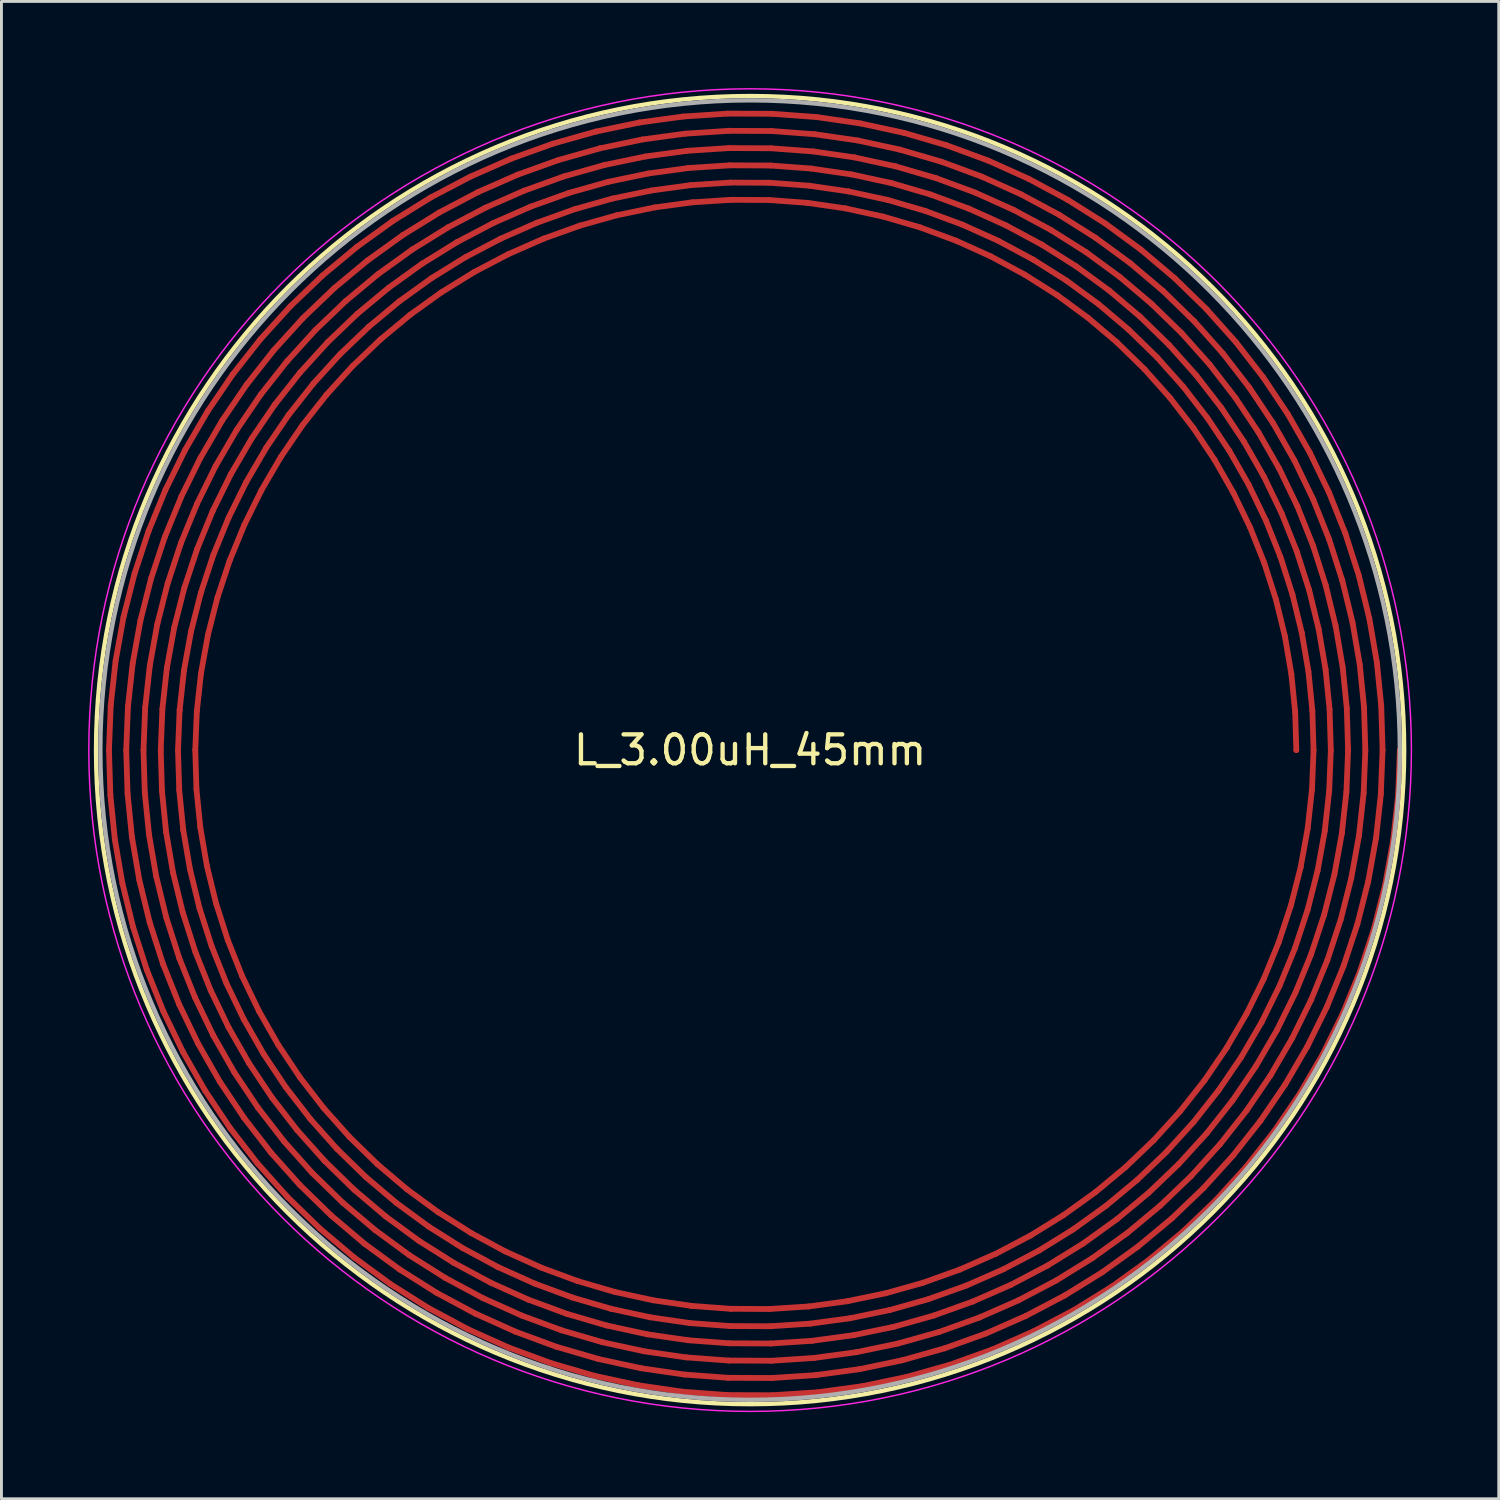
<source format=kicad_pcb>
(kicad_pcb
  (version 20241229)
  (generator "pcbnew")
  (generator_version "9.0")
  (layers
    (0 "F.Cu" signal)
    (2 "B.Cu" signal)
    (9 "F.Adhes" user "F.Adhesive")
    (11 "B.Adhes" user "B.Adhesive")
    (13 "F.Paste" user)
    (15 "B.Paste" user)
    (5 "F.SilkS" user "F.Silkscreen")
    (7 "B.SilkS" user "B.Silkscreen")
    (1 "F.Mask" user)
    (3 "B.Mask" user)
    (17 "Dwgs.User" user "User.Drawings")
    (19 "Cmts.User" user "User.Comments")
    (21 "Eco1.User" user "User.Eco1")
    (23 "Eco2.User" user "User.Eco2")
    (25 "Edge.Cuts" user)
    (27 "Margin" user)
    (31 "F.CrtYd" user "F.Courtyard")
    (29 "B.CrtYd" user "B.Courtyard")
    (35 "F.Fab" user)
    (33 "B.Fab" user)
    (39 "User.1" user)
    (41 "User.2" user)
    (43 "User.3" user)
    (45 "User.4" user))
  (footprint "L_3.00uH_45mm"
    (layer "F.Cu")
    (at 22.925 22.925)
    (property "Reference" "L_3.00uH_45mm" (at 0 0 0) (layer "F.SilkS") (effects (font (size 1 1) (thickness 0.15))))
    (attr through_hole)
    (fp_circle (center 0 0) (end 0 22.65) (stroke (width 0.15) (type solid)) (fill no) (layer "F.SilkS"))
    (fp_circle (center 0 0) (end 0 22.9) (stroke (width 0.05) (type solid)) (fill no) (layer "F.CrtYd"))
    (fp_circle (center 0 0) (end 0 22.5) (stroke (width 0.15) (type solid)) (fill no) (layer "F.Fab"))
    (pad "" smd oval (at -22.177 0.775 271.755) (size 1.75 0.2) (layers "F.Cu"))
    (pad "" smd oval (at -22.171 -0.774 87.755) (size 1.749 0.2) (layers "F.Cu"))
    (pad "" smd oval (at -22.076 2.32 275.755) (size 1.75 0.2) (layers "F.Cu"))
    (pad "" smd oval (at -22.056 -2.318 83.755) (size 1.749 0.2) (layers "F.Cu"))
    (pad "" smd oval (at -21.867 3.856 279.755) (size 1.751 0.2) (layers "F.Cu"))
    (pad "" smd oval (at -21.834 -3.85 79.754) (size 1.748 0.2) (layers "F.Cu"))
    (pad "" smd oval (at -21.581 0.754 271.748) (size 1.708 0.2) (layers "F.Cu"))
    (pad "" smd oval (at -21.574 -0.753 87.748) (size 1.708 0.2) (layers "F.Cu"))
    (pad "" smd oval (at -21.551 5.373 283.755) (size 1.751 0.2) (layers "F.Cu"))
    (pad "" smd oval (at -21.506 -5.362 75.754) (size 1.748 0.2) (layers "F.Cu"))
    (pad "" smd oval (at -21.482 2.258 275.748) (size 1.709 0.2) (layers "F.Cu"))
    (pad "" smd oval (at -21.462 -2.256 83.748) (size 1.707 0.2) (layers "F.Cu"))
    (pad "" smd oval (at -21.279 3.752 279.748) (size 1.709 0.2) (layers "F.Cu"))
    (pad "" smd oval (at -21.246 -3.746 79.748) (size 1.707 0.2) (layers "F.Cu"))
    (pad "" smd oval (at -21.13 6.866 287.755) (size 1.752 0.2) (layers "F.Cu"))
    (pad "" smd oval (at -21.073 -6.847 71.754) (size 1.748 0.2) (layers "F.Cu"))
    (pad "" smd oval (at -20.984 0.733 271.741) (size 1.666 0.2) (layers "F.Cu"))
    (pad "" smd oval (at -20.977 -0.732 87.741) (size 1.666 0.2) (layers "F.Cu"))
    (pad "" smd oval (at -20.972 5.229 283.748) (size 1.71 0.2) (layers "F.Cu"))
    (pad "" smd oval (at -20.927 -5.217 75.748) (size 1.706 0.2) (layers "F.Cu"))
    (pad "" smd oval (at -20.888 2.196 275.741) (size 1.667 0.2) (layers "F.Cu"))
    (pad "" smd oval (at -20.868 -2.193 83.741) (size 1.666 0.2) (layers "F.Cu"))
    (pad "" smd oval (at -20.691 3.648 279.741) (size 1.667 0.2) (layers "F.Cu"))
    (pad "" smd oval (at -20.658 -3.642 79.74) (size 1.665 0.2) (layers "F.Cu"))
    (pad "" smd oval (at -20.606 8.325 291.755) (size 1.752 0.2) (layers "F.Cu"))
    (pad "" smd oval (at -20.562 6.681 287.748) (size 1.71 0.2) (layers "F.Cu"))
    (pad "" smd oval (at -20.538 -8.298 67.754) (size 1.747 0.2) (layers "F.Cu"))
    (pad "" smd oval (at -20.505 -6.662 71.747) (size 1.706 0.2) (layers "F.Cu"))
    (pad "" smd oval (at -20.392 5.084 283.741) (size 1.668 0.2) (layers "F.Cu"))
    (pad "" smd oval (at -20.387 0.712 271.733) (size 1.625 0.2) (layers "F.Cu"))
    (pad "" smd oval (at -20.38 -0.712 87.733) (size 1.624 0.2) (layers "F.Cu"))
    (pad "" smd oval (at -20.347 -5.073 75.74) (size 1.665 0.2) (layers "F.Cu"))
    (pad "" smd oval (at -20.294 2.133 275.733) (size 1.625 0.2) (layers "F.Cu"))
    (pad "" smd oval (at -20.274 -2.131 83.733) (size 1.624 0.2) (layers "F.Cu"))
    (pad "" smd oval (at -20.102 3.545 279.733) (size 1.626 0.2) (layers "F.Cu"))
    (pad "" smd oval (at -20.07 -3.539 79.733) (size 1.623 0.2) (layers "F.Cu"))
    (pad "" smd oval (at -20.052 8.102 291.748) (size 1.71 0.2) (layers "F.Cu"))
    (pad "" smd oval (at -19.994 6.497 287.741) (size 1.668 0.2) (layers "F.Cu"))
    (pad "" smd oval (at -19.984 -8.074 67.747) (size 1.705 0.2) (layers "F.Cu"))
    (pad "" smd oval (at -19.981 9.745 295.755) (size 1.753 0.2) (layers "F.Cu"))
    (pad "" smd oval (at -19.937 -6.478 71.74) (size 1.664 0.2) (layers "F.Cu"))
    (pad "" smd oval (at -19.903 -9.707 63.754) (size 1.747 0.2) (layers "F.Cu"))
    (pad "" smd oval (at -19.813 4.94 283.733) (size 1.626 0.2) (layers "F.Cu"))
    (pad "" smd oval (at -19.79 0.691 271.725) (size 1.583 0.2) (layers "F.Cu"))
    (pad "" smd oval (at -19.783 -0.691 87.725) (size 1.583 0.2) (layers "F.Cu"))
    (pad "" smd oval (at -19.768 -4.928 75.733) (size 1.623 0.2) (layers "F.Cu"))
    (pad "" smd oval (at -19.7 2.071 275.725) (size 1.583 0.2) (layers "F.Cu"))
    (pad "" smd oval (at -19.68 -2.068 83.725) (size 1.582 0.2) (layers "F.Cu"))
    (pad "" smd oval (at -19.514 3.441 279.725) (size 1.584 0.2) (layers "F.Cu"))
    (pad "" smd oval (at -19.498 7.878 291.741) (size 1.669 0.2) (layers "F.Cu"))
    (pad "" smd oval (at -19.482 -3.435 79.725) (size 1.582 0.2) (layers "F.Cu"))
    (pad "" smd oval (at -19.444 9.484 295.748) (size 1.711 0.2) (layers "F.Cu"))
    (pad "" smd oval (at -19.431 -7.85 67.74) (size 1.664 0.2) (layers "F.Cu"))
    (pad "" smd oval (at -19.426 6.312 287.733) (size 1.627 0.2) (layers "F.Cu"))
    (pad "" smd oval (at -19.369 -6.293 71.733) (size 1.622 0.2) (layers "F.Cu"))
    (pad "" smd oval (at -19.367 -9.446 63.747) (size 1.705 0.2) (layers "F.Cu"))
    (pad "" smd oval (at -19.258 11.119 299.755) (size 1.753 0.2) (layers "F.Cu"))
    (pad "" smd oval (at -19.233 4.795 283.725) (size 1.584 0.2) (layers "F.Cu"))
    (pad "" smd oval (at -19.193 0.67 271.717) (size 1.541 0.2) (layers "F.Cu"))
    (pad "" smd oval (at -19.188 -4.784 75.725) (size 1.581 0.2) (layers "F.Cu"))
    (pad "" smd oval (at -19.186 -0.67 87.716) (size 1.541 0.2) (layers "F.Cu"))
    (pad "" smd oval (at -19.172 -11.069 59.754) (size 1.746 0.2) (layers "F.Cu"))
    (pad "" smd oval (at -19.106 2.008 275.717) (size 1.542 0.2) (layers "F.Cu"))
    (pad "" smd oval (at -19.086 -2.006 83.716) (size 1.54 0.2) (layers "F.Cu"))
    (pad "" smd oval (at -18.945 7.654 291.734) (size 1.627 0.2) (layers "F.Cu"))
    (pad "" smd oval (at -18.926 3.337 279.717) (size 1.542 0.2) (layers "F.Cu"))
    (pad "" smd oval (at -18.907 9.222 295.741) (size 1.669 0.2) (layers "F.Cu"))
    (pad "" smd oval (at -18.893 -3.331 79.716) (size 1.54 0.2) (layers "F.Cu"))
    (pad "" smd oval (at -18.877 -7.627 67.733) (size 1.622 0.2) (layers "F.Cu"))
    (pad "" smd oval (at -18.858 6.127 287.725) (size 1.585 0.2) (layers "F.Cu"))
    (pad "" smd oval (at -18.83 -9.184 63.74) (size 1.663 0.2) (layers "F.Cu"))
    (pad "" smd oval (at -18.801 -6.109 71.725) (size 1.581 0.2) (layers "F.Cu"))
    (pad "" smd oval (at -18.741 10.82 299.748) (size 1.711 0.2) (layers "F.Cu"))
    (pad "" smd oval (at -18.655 -10.77 59.747) (size 1.704 0.2) (layers "F.Cu"))
    (pad "" smd oval (at -18.654 4.651 283.717) (size 1.543 0.2) (layers "F.Cu"))
    (pad "" smd oval (at -18.609 -4.64 75.716) (size 1.539 0.2) (layers "F.Cu"))
    (pad "" smd oval (at -18.441 12.439 303.755) (size 1.754 0.2) (layers "F.Cu"))
    (pad "" smd oval (at -18.391 7.43 291.726) (size 1.585 0.2) (layers "F.Cu"))
    (pad "" smd oval (at -18.37 8.96 295.734) (size 1.628 0.2) (layers "F.Cu"))
    (pad "" smd oval (at -18.348 -12.376 55.754) (size 1.746 0.2) (layers "F.Cu"))
    (pad "" smd oval (at -18.323 -7.403 67.725) (size 1.58 0.2) (layers "F.Cu"))
    (pad "" smd oval (at -18.293 -8.922 63.733) (size 1.621 0.2) (layers "F.Cu"))
    (pad "" smd oval (at -18.29 5.943 287.717) (size 1.543 0.2) (layers "F.Cu"))
    (pad "" smd oval (at -18.233 -5.924 71.716) (size 1.539 0.2) (layers "F.Cu"))
    (pad "" smd oval (at -18.224 10.522 299.741) (size 1.67 0.2) (layers "F.Cu"))
    (pad "" smd oval (at -18.138 -10.472 59.74) (size 1.663 0.2) (layers "F.Cu"))
    (pad "" smd oval (at -17.946 12.105 303.749) (size 1.712 0.2) (layers "F.Cu"))
    (pad "" smd oval (at -17.853 -12.042 55.747) (size 1.704 0.2) (layers "F.Cu"))
    (pad "" smd oval (at -17.837 7.207 291.717) (size 1.544 0.2) (layers "F.Cu"))
    (pad "" smd oval (at -17.834 8.698 295.726) (size 1.586 0.2) (layers "F.Cu"))
    (pad "" smd oval (at -17.769 -7.179 67.716) (size 1.539 0.2) (layers "F.Cu"))
    (pad "" smd oval (at -17.756 -8.66 63.724) (size 1.58 0.2) (layers "F.Cu"))
    (pad "" smd oval (at -17.706 10.223 299.734) (size 1.628 0.2) (layers "F.Cu"))
    (pad "" smd oval (at -17.62 -10.173 59.732) (size 1.621 0.2) (layers "F.Cu"))
    (pad "" smd oval (at -17.534 13.699 307.755) (size 1.754 0.2) (layers "F.Cu"))
    (pad "" smd oval (at -17.451 11.771 303.741) (size 1.67 0.2) (layers "F.Cu"))
    (pad "" smd oval (at -17.435 -13.621 51.754) (size 1.745 0.2) (layers "F.Cu"))
    (pad "" smd oval (at -17.357 -11.708 55.74) (size 1.662 0.2) (layers "F.Cu"))
    (pad "" smd oval (at -17.297 8.436 295.717) (size 1.544 0.2) (layers "F.Cu"))
    (pad "" smd oval (at -17.219 -8.398 63.716) (size 1.538 0.2) (layers "F.Cu"))
    (pad "" smd oval (at -17.189 9.924 299.726) (size 1.586 0.2) (layers "F.Cu"))
    (pad "" smd oval (at -17.103 -9.874 59.724) (size 1.579 0.2) (layers "F.Cu"))
    (pad "" smd oval (at -17.063 13.331 307.749) (size 1.712 0.2) (layers "F.Cu"))
    (pad "" smd oval (at -16.964 -13.253 51.747) (size 1.704 0.2) (layers "F.Cu"))
    (pad "" smd oval (at -16.956 11.437 303.734) (size 1.628 0.2) (layers "F.Cu"))
    (pad "" smd oval (at -16.862 -11.374 55.732) (size 1.621 0.2) (layers "F.Cu"))
    (pad "" smd oval (at -16.672 9.626 299.717) (size 1.545 0.2) (layers "F.Cu"))
    (pad "" smd oval (at -16.592 12.964 307.741) (size 1.671 0.2) (layers "F.Cu"))
    (pad "" smd oval (at -16.586 -9.576 59.716) (size 1.538 0.2) (layers "F.Cu"))
    (pad "" smd oval (at -16.54 14.893 311.755) (size 1.755 0.2) (layers "F.Cu"))
    (pad "" smd oval (at -16.493 -12.886 51.74) (size 1.662 0.2) (layers "F.Cu"))
    (pad "" smd oval (at -16.461 11.103 303.726) (size 1.587 0.2) (layers "F.Cu"))
    (pad "" smd oval (at -16.437 -14.8 47.754) (size 1.745 0.2) (layers "F.Cu"))
    (pad "" smd oval (at -16.367 -11.04 55.724) (size 1.579 0.2) (layers "F.Cu"))
    (pad "" smd oval (at -16.122 12.596 307.734) (size 1.629 0.2) (layers "F.Cu"))
    (pad "" smd oval (at -16.097 14.494 311.749) (size 1.713 0.2) (layers "F.Cu"))
    (pad "" smd oval (at -16.023 -12.518 51.732) (size 1.62 0.2) (layers "F.Cu"))
    (pad "" smd oval (at -15.993 -14.4 47.747) (size 1.703 0.2) (layers "F.Cu"))
    (pad "" smd oval (at -15.965 10.769 303.717) (size 1.545 0.2) (layers "F.Cu"))
    (pad "" smd oval (at -15.872 -10.706 55.716) (size 1.537 0.2) (layers "F.Cu"))
    (pad "" smd oval (at -15.653 14.094 311.742) (size 1.671 0.2) (layers "F.Cu"))
    (pad "" smd oval (at -15.651 12.228 307.726) (size 1.587 0.2) (layers "F.Cu"))
    (pad "" smd oval (at -15.552 -12.15 51.724) (size 1.578 0.2) (layers "F.Cu"))
    (pad "" smd oval (at -15.549 -14 47.74) (size 1.661 0.2) (layers "F.Cu"))
    (pad "" smd oval (at -15.466 16.015 315.755) (size 1.755 0.2) (layers "F.Cu"))
    (pad "" smd oval (at -15.36 -15.905 43.754) (size 1.744 0.2) (layers "F.Cu"))
    (pad "" smd oval (at -15.209 13.694 311.734) (size 1.629 0.2) (layers "F.Cu"))
    (pad "" smd oval (at -15.181 11.86 307.717) (size 1.545 0.2) (layers "F.Cu"))
    (pad "" smd oval (at -15.105 -13.601 47.732) (size 1.62 0.2) (layers "F.Cu"))
    (pad "" smd oval (at -15.081 -11.783 51.716) (size 1.537 0.2) (layers "F.Cu"))
    (pad "" smd oval (at -15.051 15.586 315.749) (size 1.713 0.2) (layers "F.Cu"))
    (pad "" smd oval (at -14.945 -15.476 43.747) (size 1.703 0.2) (layers "F.Cu"))
    (pad "" smd oval (at -14.765 13.295 311.726) (size 1.588 0.2) (layers "F.Cu"))
    (pad "" smd oval (at -14.662 -13.201 47.724) (size 1.578 0.2) (layers "F.Cu"))
    (pad "" smd oval (at -14.636 15.156 315.742) (size 1.672 0.2) (layers "F.Cu"))
    (pad "" smd oval (at -14.53 -15.046 43.74) (size 1.661 0.2) (layers "F.Cu"))
    (pad "" smd oval (at -14.321 12.895 311.718) (size 1.546 0.2) (layers "F.Cu"))
    (pad "" smd oval (at -14.315 17.06 319.756) (size 1.755 0.2) (layers "F.Cu"))
    (pad "" smd oval (at -14.221 14.727 315.734) (size 1.63 0.2) (layers "F.Cu"))
    (pad "" smd oval (at -14.218 -12.802 47.715) (size 1.536 0.2) (layers "F.Cu"))
    (pad "" smd oval (at -14.209 -16.933 39.754) (size 1.744 0.2) (layers "F.Cu"))
    (pad "" smd oval (at -14.115 -14.617 43.732) (size 1.619 0.2) (layers "F.Cu"))
    (pad "" smd oval (at -13.931 16.603 319.749) (size 1.714 0.2) (layers "F.Cu"))
    (pad "" smd oval (at -13.825 -16.476 39.747) (size 1.702 0.2) (layers "F.Cu"))
    (pad "" smd oval (at -13.806 14.297 315.726) (size 1.588 0.2) (layers "F.Cu"))
    (pad "" smd oval (at -13.7 -14.187 43.724) (size 1.577 0.2) (layers "F.Cu"))
    (pad "" smd oval (at -13.547 16.145 319.742) (size 1.672 0.2) (layers "F.Cu"))
    (pad "" smd oval (at -13.441 -16.018 39.74) (size 1.66 0.2) (layers "F.Cu"))
    (pad "" smd oval (at -13.391 13.867 315.718) (size 1.546 0.2) (layers "F.Cu"))
    (pad "" smd oval (at -13.285 -13.757 43.715) (size 1.536 0.2) (layers "F.Cu"))
    (pad "" smd oval (at -13.163 15.688 319.734) (size 1.63 0.2) (layers "F.Cu"))
    (pad "" smd oval (at -13.094 18.023 323.756) (size 1.756 0.2) (layers "F.Cu"))
    (pad "" smd oval (at -13.057 -15.561 39.732) (size 1.619 0.2) (layers "F.Cu"))
    (pad "" smd oval (at -12.989 -17.878 35.754) (size 1.743 0.2) (layers "F.Cu"))
    (pad "" smd oval (at -12.78 15.23 319.726) (size 1.589 0.2) (layers "F.Cu"))
    (pad "" smd oval (at -12.743 17.54 323.749) (size 1.714 0.2) (layers "F.Cu"))
    (pad "" smd oval (at -12.673 -15.103 39.724) (size 1.577 0.2) (layers "F.Cu"))
    (pad "" smd oval (at -12.638 -17.394 35.747) (size 1.702 0.2) (layers "F.Cu"))
    (pad "" smd oval (at -12.396 14.773 319.718) (size 1.547 0.2) (layers "F.Cu"))
    (pad "" smd oval (at -12.392 17.056 323.742) (size 1.672 0.2) (layers "F.Cu"))
    (pad "" smd oval (at -12.289 -14.645 39.715) (size 1.535 0.2) (layers "F.Cu"))
    (pad "" smd oval (at -12.287 -16.911 35.74) (size 1.66 0.2) (layers "F.Cu"))
    (pad "" smd oval (at -12.041 16.573 323.734) (size 1.631 0.2) (layers "F.Cu"))
    (pad "" smd oval (at -11.936 -16.428 35.732) (size 1.618 0.2) (layers "F.Cu"))
    (pad "" smd oval (at -11.809 18.898 327.756) (size 1.756 0.2) (layers "F.Cu"))
    (pad "" smd oval (at -11.707 -18.735 31.754) (size 1.743 0.2) (layers "F.Cu"))
    (pad "" smd oval (at -11.69 16.09 323.726) (size 1.589 0.2) (layers "F.Cu"))
    (pad "" smd oval (at -11.585 -15.945 35.724) (size 1.577 0.2) (layers "F.Cu"))
    (pad "" smd oval (at -11.492 18.391 327.749) (size 1.715 0.2) (layers "F.Cu"))
    (pad "" smd oval (at -11.39 -18.228 31.747) (size 1.701 0.2) (layers "F.Cu"))
    (pad "" smd oval (at -11.339 15.607 323.718) (size 1.547 0.2) (layers "F.Cu"))
    (pad "" smd oval (at -11.234 -15.462 35.715) (size 1.535 0.2) (layers "F.Cu"))
    (pad "" smd oval (at -11.176 17.885 327.742) (size 1.673 0.2) (layers "F.Cu"))
    (pad "" smd oval (at -11.074 -17.722 31.739) (size 1.659 0.2) (layers "F.Cu"))
    (pad "" smd oval (at -10.859 17.378 327.734) (size 1.631 0.2) (layers "F.Cu"))
    (pad "" smd oval (at -10.757 -17.215 31.732) (size 1.618 0.2) (layers "F.Cu"))
    (pad "" smd oval (at -10.543 16.872 327.726) (size 1.59 0.2) (layers "F.Cu"))
    (pad "" smd oval (at -10.465 19.681 331.756) (size 1.757 0.2) (layers "F.Cu"))
    (pad "" smd oval (at -10.441 -16.709 31.724) (size 1.576 0.2) (layers "F.Cu"))
    (pad "" smd oval (at -10.368 -19.5 27.754) (size 1.742 0.2) (layers "F.Cu"))
    (pad "" smd oval (at -10.226 16.365 327.718) (size 1.548 0.2) (layers "F.Cu"))
    (pad "" smd oval (at -10.184 19.154 331.749) (size 1.715 0.2) (layers "F.Cu"))
    (pad "" smd oval (at -10.124 -16.202 31.715) (size 1.534 0.2) (layers "F.Cu"))
    (pad "" smd oval (at -10.088 -18.972 27.747) (size 1.701 0.2) (layers "F.Cu"))
    (pad "" smd oval (at -9.904 18.627 331.742) (size 1.673 0.2) (layers "F.Cu"))
    (pad "" smd oval (at -9.808 -18.445 27.739) (size 1.659 0.2) (layers "F.Cu"))
    (pad "" smd oval (at -9.623 18.099 331.734) (size 1.632 0.2) (layers "F.Cu"))
    (pad "" smd oval (at -9.527 -17.918 27.732) (size 1.617 0.2) (layers "F.Cu"))
    (pad "" smd oval (at -9.343 17.572 331.726) (size 1.59 0.2) (layers "F.Cu"))
    (pad "" smd oval (at -9.247 -17.39 27.724) (size 1.576 0.2) (layers "F.Cu"))
    (pad "" smd oval (at -9.069 20.37 335.756) (size 1.757 0.2) (layers "F.Cu"))
    (pad "" smd oval (at -9.063 17.045 331.718) (size 1.548 0.2) (layers "F.Cu"))
    (pad "" smd oval (at -8.98 -20.169 23.753) (size 1.742 0.2) (layers "F.Cu"))
    (pad "" smd oval (at -8.966 -16.863 27.715) (size 1.534 0.2) (layers "F.Cu"))
    (pad "" smd oval (at -8.826 19.824 335.749) (size 1.716 0.2) (layers "F.Cu"))
    (pad "" smd oval (at -8.737 -19.624 23.747) (size 1.7 0.2) (layers "F.Cu"))
    (pad "" smd oval (at -8.583 19.278 335.742) (size 1.674 0.2) (layers "F.Cu"))
    (pad "" smd oval (at -8.494 -19.078 23.739) (size 1.659 0.2) (layers "F.Cu"))
    (pad "" smd oval (at -8.34 18.733 335.735) (size 1.632 0.2) (layers "F.Cu"))
    (pad "" smd oval (at -8.251 -18.533 23.732) (size 1.617 0.2) (layers "F.Cu"))
    (pad "" smd oval (at -8.097 18.187 335.727) (size 1.59 0.2) (layers "F.Cu"))
    (pad "" smd oval (at -8.008 -17.987 23.724) (size 1.575 0.2) (layers "F.Cu"))
    (pad "" smd oval (at -7.854 17.641 335.718) (size 1.549 0.2) (layers "F.Cu"))
    (pad "" smd oval (at -7.765 -17.441 23.715) (size 1.533 0.2) (layers "F.Cu"))
    (pad "" smd oval (at -7.628 20.959 339.756) (size 1.758 0.2) (layers "F.Cu"))
    (pad "" smd oval (at -7.549 -20.74 19.753) (size 1.742 0.2) (layers "F.Cu"))
    (pad "" smd oval (at -7.424 20.398 339.749) (size 1.716 0.2) (layers "F.Cu"))
    (pad "" smd oval (at -7.345 -20.179 19.746) (size 1.7 0.2) (layers "F.Cu"))
    (pad "" smd oval (at -7.22 19.836 339.742) (size 1.674 0.2) (layers "F.Cu"))
    (pad "" smd oval (at -7.14 -19.618 19.739) (size 1.658 0.2) (layers "F.Cu"))
    (pad "" smd oval (at -7.015 19.275 339.735) (size 1.633 0.2) (layers "F.Cu"))
    (pad "" smd oval (at -6.936 -19.057 19.732) (size 1.616 0.2) (layers "F.Cu"))
    (pad "" smd oval (at -6.811 18.714 339.727) (size 1.591 0.2) (layers "F.Cu"))
    (pad "" smd oval (at -6.732 -18.495 19.723) (size 1.575 0.2) (layers "F.Cu"))
    (pad "" smd oval (at -6.607 18.153 339.718) (size 1.549 0.2) (layers "F.Cu"))
    (pad "" smd oval (at -6.528 -17.934 19.715) (size 1.533 0.2) (layers "F.Cu"))
    (pad "" smd oval (at -6.149 21.446 343.756) (size 1.758 0.2) (layers "F.Cu"))
    (pad "" smd oval (at -6.082 -21.21 15.753) (size 1.741 0.2) (layers "F.Cu"))
    (pad "" smd oval (at -5.985 20.872 343.749) (size 1.716 0.2) (layers "F.Cu"))
    (pad "" smd oval (at -5.917 -20.636 15.746) (size 1.699 0.2) (layers "F.Cu"))
    (pad "" smd oval (at -5.82 20.298 343.742) (size 1.675 0.2) (layers "F.Cu"))
    (pad "" smd oval (at -5.753 -20.062 15.739) (size 1.658 0.2) (layers "F.Cu"))
    (pad "" smd oval (at -5.656 19.724 343.735) (size 1.633 0.2) (layers "F.Cu"))
    (pad "" smd oval (at -5.588 -19.488 15.731) (size 1.616 0.2) (layers "F.Cu"))
    (pad "" smd oval (at -5.491 19.15 343.727) (size 1.591 0.2) (layers "F.Cu"))
    (pad "" smd oval (at -5.424 -18.914 15.723) (size 1.574 0.2) (layers "F.Cu"))
    (pad "" smd oval (at -5.326 18.576 343.718) (size 1.55 0.2) (layers "F.Cu"))
    (pad "" smd oval (at -5.259 -18.34 15.715) (size 1.532 0.2) (layers "F.Cu"))
    (pad "" smd oval (at -4.64 21.829 347.756) (size 1.759 0.2) (layers "F.Cu"))
    (pad "" smd oval (at -4.586 -21.576 11.753) (size 1.741 0.2) (layers "F.Cu"))
    (pad "" smd oval (at -4.516 21.245 347.749) (size 1.717 0.2) (layers "F.Cu"))
    (pad "" smd oval (at -4.462 -20.992 11.746) (size 1.699 0.2) (layers "F.Cu"))
    (pad "" smd oval (at -4.392 20.661 347.742) (size 1.675 0.2) (layers "F.Cu"))
    (pad "" smd oval (at -4.338 -20.408 11.739) (size 1.657 0.2) (layers "F.Cu"))
    (pad "" smd oval (at -4.267 20.077 347.735) (size 1.634 0.2) (layers "F.Cu"))
    (pad "" smd oval (at -4.214 -19.824 11.731) (size 1.615 0.2) (layers "F.Cu"))
    (pad "" smd oval (at -4.143 19.493 347.727) (size 1.592 0.2) (layers "F.Cu"))
    (pad "" smd oval (at -4.09 -19.239 11.723) (size 1.574 0.2) (layers "F.Cu"))
    (pad "" smd oval (at -4.019 18.908 347.718) (size 1.55 0.2) (layers "F.Cu"))
    (pad "" smd oval (at -3.965 -18.655 11.715) (size 1.532 0.2) (layers "F.Cu"))
    (pad "" smd oval (at -3.107 22.106 351.756) (size 1.759 0.2) (layers "F.Cu"))
    (pad "" smd oval (at -3.069 -21.837 7.753) (size 1.74 0.2) (layers "F.Cu"))
    (pad "" smd oval (at -3.024 21.515 351.749) (size 1.717 0.2) (layers "F.Cu"))
    (pad "" smd oval (at -2.986 -21.246 7.746) (size 1.698 0.2) (layers "F.Cu"))
    (pad "" smd oval (at -2.941 20.924 351.742) (size 1.676 0.2) (layers "F.Cu"))
    (pad "" smd oval (at -2.903 -20.654 7.739) (size 1.657 0.2) (layers "F.Cu"))
    (pad "" smd oval (at -2.857 20.332 351.735) (size 1.634 0.2) (layers "F.Cu"))
    (pad "" smd oval (at -2.82 -20.063 7.731) (size 1.615 0.2) (layers "F.Cu"))
    (pad "" smd oval (at -2.774 19.741 351.727) (size 1.592 0.2) (layers "F.Cu"))
    (pad "" smd oval (at -2.737 -19.471 7.723) (size 1.573 0.2) (layers "F.Cu"))
    (pad "" smd oval (at -2.691 19.149 351.718) (size 1.551 0.2) (layers "F.Cu"))
    (pad "" smd oval (at -2.653 -18.88 7.714) (size 1.532 0.2) (layers "F.Cu"))
    (pad "" smd oval (at -1.558 22.276 355.756) (size 1.76 0.2) (layers "F.Cu"))
    (pad "" smd oval (at -1.538 -21.991 3.753) (size 1.74 0.2) (layers "F.Cu"))
    (pad "" smd oval (at -1.516 21.68 355.75) (size 1.718 0.2) (layers "F.Cu"))
    (pad "" smd oval (at -1.496 -21.395 3.746) (size 1.698 0.2) (layers "F.Cu"))
    (pad "" smd oval (at -1.474 21.084 355.742) (size 1.676 0.2) (layers "F.Cu"))
    (pad "" smd oval (at -1.455 -20.8 3.739) (size 1.656 0.2) (layers "F.Cu"))
    (pad "" smd oval (at -1.433 20.489 355.735) (size 1.634 0.2) (layers "F.Cu"))
    (pad "" smd oval (at -1.413 -20.204 3.731) (size 1.615 0.2) (layers "F.Cu"))
    (pad "" smd oval (at -1.391 19.893 355.727) (size 1.593 0.2) (layers "F.Cu"))
    (pad "" smd oval (at -1.371 -19.608 3.723) (size 1.573 0.2) (layers "F.Cu"))
    (pad "" smd oval (at -1.349 19.297 355.719) (size 1.551 0.2) (layers "F.Cu"))
    (pad "" smd oval (at -1.33 -19.012 3.714) (size 1.531 0.2) (layers "F.Cu"))
    (pad "" smd oval (at -0.000116 -22.038 359.753) (size 1.739 0.2) (layers "F.Cu"))
    (pad "" smd oval (at -0.000116 -21.441 359.746) (size 1.697 0.2) (layers "F.Cu"))
    (pad "" smd oval (at -0.000116 -20.247 359.731) (size 1.614 0.2) (layers "F.Cu"))
    (pad "" smd oval (at -0.000116 -19.649 359.723) (size 1.572 0.2) (layers "F.Cu"))
    (pad "" smd oval (at -0.000116 -19.052 359.714) (size 1.531 0.2) (layers "F.Cu"))
    (pad "" smd oval (at -0.000115 -20.844 359.739) (size 1.656 0.2) (layers "F.Cu"))
    (pad "" smd oval (at 0.000115 19.948 359.727) (size 1.593 0.2) (layers "F.Cu"))
    (pad "" smd oval (at 0.000115 21.74 359.75) (size 1.718 0.2) (layers "F.Cu"))
    (pad "" smd oval (at 0.000116 19.351 359.719) (size 1.551 0.2) (layers "F.Cu"))
    (pad "" smd oval (at 0.000116 20.545 359.735) (size 1.635 0.2) (layers "F.Cu"))
    (pad "" smd oval (at 0.000116 21.142 359.743) (size 1.677 0.2) (layers "F.Cu"))
    (pad "" smd oval (at 0.000116 22.337 359.756) (size 1.76 0.2) (layers "F.Cu"))
    (pad "" smd oval (at 1.328 -18.999 355.714) (size 1.53 0.2) (layers "F.Cu"))
    (pad "" smd oval (at 1.35 19.31 3.719) (size 1.552 0.2) (layers "F.Cu"))
    (pad "" smd oval (at 1.37 -19.595 355.723) (size 1.572 0.2) (layers "F.Cu"))
    (pad "" smd oval (at 1.392 19.906 3.727) (size 1.594 0.2) (layers "F.Cu"))
    (pad "" smd oval (at 1.412 -20.191 355.731) (size 1.614 0.2) (layers "F.Cu"))
    (pad "" smd oval (at 1.434 20.502 3.735) (size 1.635 0.2) (layers "F.Cu"))
    (pad "" smd oval (at 1.453 -20.786 355.739) (size 1.655 0.2) (layers "F.Cu"))
    (pad "" smd oval (at 1.475 21.098 3.743) (size 1.677 0.2) (layers "F.Cu"))
    (pad "" smd oval (at 1.495 -21.382 355.746) (size 1.697 0.2) (layers "F.Cu"))
    (pad "" smd oval (at 1.517 21.693 3.75) (size 1.719 0.2) (layers "F.Cu"))
    (pad "" smd oval (at 1.537 -21.978 355.753) (size 1.739 0.2) (layers "F.Cu"))
    (pad "" smd oval (at 1.559 22.289 3.756) (size 1.761 0.2) (layers "F.Cu"))
    (pad "" smd oval (at 2.65 -18.854 351.714) (size 1.53 0.2) (layers "F.Cu"))
    (pad "" smd oval (at 2.695 19.176 7.719) (size 1.552 0.2) (layers "F.Cu"))
    (pad "" smd oval (at 2.733 -19.445 351.723) (size 1.571 0.2) (layers "F.Cu"))
    (pad "" smd oval (at 2.778 19.767 7.727) (size 1.594 0.2) (layers "F.Cu"))
    (pad "" smd oval (at 2.816 -20.036 351.731) (size 1.613 0.2) (layers "F.Cu"))
    (pad "" smd oval (at 2.861 20.358 7.735) (size 1.636 0.2) (layers "F.Cu"))
    (pad "" smd oval (at 2.899 -20.628 351.739) (size 1.655 0.2) (layers "F.Cu"))
    (pad "" smd oval (at 2.944 20.95 7.743) (size 1.678 0.2) (layers "F.Cu"))
    (pad "" smd oval (at 2.982 -21.219 351.746) (size 1.697 0.2) (layers "F.Cu"))
    (pad "" smd oval (at 3.028 21.541 7.75) (size 1.719 0.2) (layers "F.Cu"))
    (pad "" smd oval (at 3.065 -21.811 351.753) (size 1.738 0.2) (layers "F.Cu"))
    (pad "" smd oval (at 3.111 22.133 7.756) (size 1.761 0.2) (layers "F.Cu"))
    (pad "" smd oval (at 3.957 -18.616 347.714) (size 1.529 0.2) (layers "F.Cu"))
    (pad "" smd oval (at 4.027 18.947 11.719) (size 1.553 0.2) (layers "F.Cu"))
    (pad "" smd oval (at 4.081 -19.2 347.723) (size 1.571 0.2) (layers "F.Cu"))
    (pad "" smd oval (at 4.152 19.531 11.727) (size 1.595 0.2) (layers "F.Cu"))
    (pad "" smd oval (at 4.205 -19.785 347.731) (size 1.613 0.2) (layers "F.Cu"))
    (pad "" smd oval (at 4.276 20.116 11.735) (size 1.636 0.2) (layers "F.Cu"))
    (pad "" smd oval (at 4.329 -20.369 347.739) (size 1.654 0.2) (layers "F.Cu"))
    (pad "" smd oval (at 4.4 20.7 11.743) (size 1.678 0.2) (layers "F.Cu"))
    (pad "" smd oval (at 4.454 -20.953 347.746) (size 1.696 0.2) (layers "F.Cu"))
    (pad "" smd oval (at 4.524 21.284 11.75) (size 1.72 0.2) (layers "F.Cu"))
    (pad "" smd oval (at 4.578 -21.537 347.753) (size 1.738 0.2) (layers "F.Cu"))
    (pad "" smd oval (at 4.648 21.868 11.756) (size 1.761 0.2) (layers "F.Cu"))
    (pad "" smd oval (at 5.244 -18.289 343.714) (size 1.529 0.2) (layers "F.Cu"))
    (pad "" smd oval (at 5.341 18.627 15.719) (size 1.553 0.2) (layers "F.Cu"))
    (pad "" smd oval (at 5.409 -18.863 343.723) (size 1.571 0.2) (layers "F.Cu"))
    (pad "" smd oval (at 5.506 19.201 15.727) (size 1.595 0.2) (layers "F.Cu"))
    (pad "" smd oval (at 5.573 -19.437 343.731) (size 1.612 0.2) (layers "F.Cu"))
    (pad "" smd oval (at 5.67 19.775 15.735) (size 1.637 0.2) (layers "F.Cu"))
    (pad "" smd oval (at 5.738 -20.011 343.738) (size 1.654 0.2) (layers "F.Cu"))
    (pad "" smd oval (at 5.835 20.349 15.743) (size 1.678 0.2) (layers "F.Cu"))
    (pad "" smd oval (at 5.903 -20.585 343.746) (size 1.696 0.2) (layers "F.Cu"))
    (pad "" smd oval (at 6 20.923 15.75) (size 1.72 0.2) (layers "F.Cu"))
    (pad "" smd oval (at 6.067 -21.159 343.753) (size 1.737 0.2) (layers "F.Cu"))
    (pad "" smd oval (at 6.164 21.497 15.757) (size 1.762 0.2) (layers "F.Cu"))
    (pad "" smd oval (at 6.505 -17.872 339.714) (size 1.528 0.2) (layers "F.Cu"))
    (pad "" smd oval (at 6.63 18.215 19.719) (size 1.554 0.2) (layers "F.Cu"))
    (pad "" smd oval (at 6.709 -18.433 339.722) (size 1.57 0.2) (layers "F.Cu"))
    (pad "" smd oval (at 6.834 18.776 19.728) (size 1.596 0.2) (layers "F.Cu"))
    (pad "" smd oval (at 6.913 -18.994 339.731) (size 1.612 0.2) (layers "F.Cu"))
    (pad "" smd oval (at 7.038 19.337 19.735) (size 1.637 0.2) (layers "F.Cu"))
    (pad "" smd oval (at 7.118 -19.556 339.738) (size 1.653 0.2) (layers "F.Cu"))
    (pad "" smd oval (at 7.243 19.899 19.743) (size 1.679 0.2) (layers "F.Cu"))
    (pad "" smd oval (at 7.322 -20.117 339.746) (size 1.695 0.2) (layers "F.Cu"))
    (pad "" smd oval (at 7.447 20.46 19.75) (size 1.721 0.2) (layers "F.Cu"))
    (pad "" smd oval (at 7.526 -20.678 339.753) (size 1.737 0.2) (layers "F.Cu"))
    (pad "" smd oval (at 7.651 21.021 19.757) (size 1.762 0.2) (layers "F.Cu"))
    (pad "" smd oval (at 7.733 -17.369 335.714) (size 1.528 0.2) (layers "F.Cu"))
    (pad "" smd oval (at 7.887 17.714 23.719) (size 1.554 0.2) (layers "F.Cu"))
    (pad "" smd oval (at 7.976 -17.914 335.722) (size 1.57 0.2) (layers "F.Cu"))
    (pad "" smd oval (at 8.13 18.26 23.728) (size 1.596 0.2) (layers "F.Cu"))
    (pad "" smd oval (at 8.219 -18.46 335.731) (size 1.611 0.2) (layers "F.Cu"))
    (pad "" smd oval (at 8.373 18.805 23.736) (size 1.638 0.2) (layers "F.Cu"))
    (pad "" smd oval (at 8.462 -19.005 335.738) (size 1.653 0.2) (layers "F.Cu"))
    (pad "" smd oval (at 8.616 19.351 23.743) (size 1.679 0.2) (layers "F.Cu"))
    (pad "" smd oval (at 8.705 -19.551 335.746) (size 1.695 0.2) (layers "F.Cu"))
    (pad "" smd oval (at 8.859 19.897 23.75) (size 1.721 0.2) (layers "F.Cu"))
    (pad "" smd oval (at 8.922 -16.781 331.714) (size 1.527 0.2) (layers "F.Cu"))
    (pad "" smd oval (at 8.948 -20.097 335.753) (size 1.736 0.2) (layers "F.Cu"))
    (pad "" smd oval (at 9.102 20.442 23.757) (size 1.763 0.2) (layers "F.Cu"))
    (pad "" smd oval (at 9.107 17.127 27.719) (size 1.555 0.2) (layers "F.Cu"))
    (pad "" smd oval (at 9.203 -17.308 331.722) (size 1.569 0.2) (layers "F.Cu"))
    (pad "" smd oval (at 9.387 17.654 27.728) (size 1.596 0.2) (layers "F.Cu"))
    (pad "" smd oval (at 9.483 -17.836 331.73) (size 1.611 0.2) (layers "F.Cu"))
    (pad "" smd oval (at 9.667 18.181 27.736) (size 1.638 0.2) (layers "F.Cu"))
    (pad "" smd oval (at 9.764 -18.363 331.738) (size 1.653 0.2) (layers "F.Cu"))
    (pad "" smd oval (at 9.948 18.709 27.743) (size 1.68 0.2) (layers "F.Cu"))
    (pad "" smd oval (at 10.044 -18.89 331.746) (size 1.694 0.2) (layers "F.Cu"))
    (pad "" smd oval (at 10.068 -16.112 327.713) (size 1.527 0.2) (layers "F.Cu"))
    (pad "" smd oval (at 10.228 19.236 27.75) (size 1.722 0.2) (layers "F.Cu"))
    (pad "" smd oval (at 10.283 16.455 31.719) (size 1.555 0.2) (layers "F.Cu"))
    (pad "" smd oval (at 10.324 -19.418 331.752) (size 1.736 0.2) (layers "F.Cu"))
    (pad "" smd oval (at 10.384 -16.619 327.722) (size 1.569 0.2) (layers "F.Cu"))
    (pad "" smd oval (at 10.508 19.763 27.757) (size 1.763 0.2) (layers "F.Cu"))
    (pad "" smd oval (at 10.599 16.962 31.728) (size 1.597 0.2) (layers "F.Cu"))
    (pad "" smd oval (at 10.701 -17.125 327.73) (size 1.61 0.2) (layers "F.Cu"))
    (pad "" smd oval (at 10.916 17.468 31.736) (size 1.639 0.2) (layers "F.Cu"))
    (pad "" smd oval (at 11.017 -17.632 327.738) (size 1.652 0.2) (layers "F.Cu"))
    (pad "" smd oval (at 11.163 -15.365 323.713) (size 1.526 0.2) (layers "F.Cu"))
    (pad "" smd oval (at 11.232 17.975 31.743) (size 1.68 0.2) (layers "F.Cu"))
    (pad "" smd oval (at 11.334 -18.138 327.745) (size 1.694 0.2) (layers "F.Cu"))
    (pad "" smd oval (at 11.409 15.703 35.72) (size 1.556 0.2) (layers "F.Cu"))
    (pad "" smd oval (at 11.514 -15.848 323.722) (size 1.568 0.2) (layers "F.Cu"))
    (pad "" smd oval (at 11.549 18.481 31.75) (size 1.722 0.2) (layers "F.Cu"))
    (pad "" smd oval (at 11.65 -18.645 327.752) (size 1.735 0.2) (layers "F.Cu"))
    (pad "" smd oval (at 11.76 16.186 35.728) (size 1.597 0.2) (layers "F.Cu"))
    (pad "" smd oval (at 11.865 18.988 31.757) (size 1.764 0.2) (layers "F.Cu"))
    (pad "" smd oval (at 11.865 -16.332 323.73) (size 1.61 0.2) (layers "F.Cu"))
    (pad "" smd oval (at 12.111 16.67 35.736) (size 1.639 0.2) (layers "F.Cu"))
    (pad "" smd oval (at 12.204 -14.544 319.713) (size 1.526 0.2) (layers "F.Cu"))
    (pad "" smd oval (at 12.217 -16.815 323.738) (size 1.652 0.2) (layers "F.Cu"))
    (pad "" smd oval (at 12.462 17.153 35.743) (size 1.681 0.2) (layers "F.Cu"))
    (pad "" smd oval (at 12.481 14.874 39.72) (size 1.556 0.2) (layers "F.Cu"))
    (pad "" smd oval (at 12.568 -17.298 323.745) (size 1.693 0.2) (layers "F.Cu"))
    (pad "" smd oval (at 12.588 -15.001 319.722) (size 1.568 0.2) (layers "F.Cu"))
    (pad "" smd oval (at 12.813 17.636 35.75) (size 1.723 0.2) (layers "F.Cu"))
    (pad "" smd oval (at 12.865 15.332 39.728) (size 1.598 0.2) (layers "F.Cu"))
    (pad "" smd oval (at 12.919 -17.781 323.752) (size 1.735 0.2) (layers "F.Cu"))
    (pad "" smd oval (at 12.972 -15.459 319.73) (size 1.609 0.2) (layers "F.Cu"))
    (pad "" smd oval (at 13.165 18.119 35.757) (size 1.764 0.2) (layers "F.Cu"))
    (pad "" smd oval (at 13.184 -13.652 315.713) (size 1.526 0.2) (layers "F.Cu"))
    (pad "" smd oval (at 13.249 15.789 39.736) (size 1.64 0.2) (layers "F.Cu"))
    (pad "" smd oval (at 13.355 -15.917 319.738) (size 1.651 0.2) (layers "F.Cu"))
    (pad "" smd oval (at 13.493 13.972 43.72) (size 1.557 0.2) (layers "F.Cu"))
    (pad "" smd oval (at 13.599 -14.082 315.722) (size 1.567 0.2) (layers "F.Cu"))
    (pad "" smd oval (at 13.633 16.247 39.743) (size 1.681 0.2) (layers "F.Cu"))
    (pad "" smd oval (at 13.739 -16.374 319.745) (size 1.693 0.2) (layers "F.Cu"))
    (pad "" smd oval (at 13.908 14.402 43.728) (size 1.598 0.2) (layers "F.Cu"))
    (pad "" smd oval (at 14.014 -14.512 315.73) (size 1.609 0.2) (layers "F.Cu"))
    (pad "" smd oval (at 14.017 16.704 39.75) (size 1.723 0.2) (layers "F.Cu"))
    (pad "" smd oval (at 14.099 -12.695 311.713) (size 1.525 0.2) (layers "F.Cu"))
    (pad "" smd oval (at 14.123 -16.832 319.752) (size 1.735 0.2) (layers "F.Cu"))
    (pad "" smd oval (at 14.323 14.831 43.736) (size 1.64 0.2) (layers "F.Cu"))
    (pad "" smd oval (at 14.401 17.162 39.757) (size 1.765 0.2) (layers "F.Cu"))
    (pad "" smd oval (at 14.429 -14.941 315.738) (size 1.651 0.2) (layers "F.Cu"))
    (pad "" smd oval (at 14.44 13.001 47.72) (size 1.557 0.2) (layers "F.Cu"))
    (pad "" smd oval (at 14.543 -13.095 311.722) (size 1.567 0.2) (layers "F.Cu"))
    (pad "" smd oval (at 14.738 15.261 43.743) (size 1.682 0.2) (layers "F.Cu"))
    (pad "" smd oval (at 14.843 -15.371 315.745) (size 1.692 0.2) (layers "F.Cu"))
    (pad "" smd oval (at 14.883 13.401 47.728) (size 1.599 0.2) (layers "F.Cu"))
    (pad "" smd oval (at 14.945 -11.677 307.713) (size 1.525 0.2) (layers "F.Cu"))
    (pad "" smd oval (at 14.987 -13.494 311.73) (size 1.609 0.2) (layers "F.Cu"))
    (pad "" smd oval (at 15.152 15.691 43.75) (size 1.723 0.2) (layers "F.Cu"))
    (pad "" smd oval (at 15.258 -15.801 315.752) (size 1.734 0.2) (layers "F.Cu"))
    (pad "" smd oval (at 15.317 11.967 51.72) (size 1.558 0.2) (layers "F.Cu"))
    (pad "" smd oval (at 15.327 13.801 47.736) (size 1.64 0.2) (layers "F.Cu"))
    (pad "" smd oval (at 15.416 -12.044 307.722) (size 1.566 0.2) (layers "F.Cu"))
    (pad "" smd oval (at 15.431 -13.894 311.738) (size 1.65 0.2) (layers "F.Cu"))
    (pad "" smd oval (at 15.567 16.12 43.757) (size 1.765 0.2) (layers "F.Cu"))
    (pad "" smd oval (at 15.718 -10.602 303.713) (size 1.524 0.2) (layers "F.Cu"))
    (pad "" smd oval (at 15.771 14.2 47.743) (size 1.682 0.2) (layers "F.Cu"))
    (pad "" smd oval (at 15.787 12.334 51.728) (size 1.599 0.2) (layers "F.Cu"))
    (pad "" smd oval (at 15.875 -14.294 311.745) (size 1.692 0.2) (layers "F.Cu"))
    (pad "" smd oval (at 15.886 -12.412 307.73) (size 1.608 0.2) (layers "F.Cu"))
    (pad "" smd oval (at 16.12 10.873 55.72) (size 1.558 0.2) (layers "F.Cu"))
    (pad "" smd oval (at 16.213 -10.936 303.722) (size 1.566 0.2) (layers "F.Cu"))
    (pad "" smd oval (at 16.215 14.6 47.75) (size 1.724 0.2) (layers "F.Cu"))
    (pad "" smd oval (at 16.258 12.702 51.736) (size 1.641 0.2) (layers "F.Cu"))
    (pad "" smd oval (at 16.318 -14.693 311.752) (size 1.734 0.2) (layers "F.Cu"))
    (pad "" smd oval (at 16.357 -12.78 307.738) (size 1.65 0.2) (layers "F.Cu"))
    (pad "" smd oval (at 16.413 -9.476 299.713) (size 1.524 0.2) (layers "F.Cu"))
    (pad "" smd oval (at 16.615 11.207 55.728) (size 1.6 0.2) (layers "F.Cu"))
    (pad "" smd oval (at 16.659 15 47.757) (size 1.766 0.2) (layers "F.Cu"))
    (pad "" smd oval (at 16.708 -11.27 303.73) (size 1.608 0.2) (layers "F.Cu"))
    (pad "" smd oval (at 16.729 13.07 51.744) (size 1.683 0.2) (layers "F.Cu"))
    (pad "" smd oval (at 16.828 -13.147 307.745) (size 1.691 0.2) (layers "F.Cu"))
    (pad "" smd oval (at 16.844 9.725 59.72) (size 1.558 0.2) (layers "F.Cu"))
    (pad "" smd oval (at 16.931 -9.775 299.722) (size 1.565 0.2) (layers "F.Cu"))
    (pad "" smd oval (at 17.028 -8.305 295.713) (size 1.523 0.2) (layers "F.Cu"))
    (pad "" smd oval (at 17.11 11.541 55.736) (size 1.641 0.2) (layers "F.Cu"))
    (pad "" smd oval (at 17.199 13.437 51.751) (size 1.724 0.2) (layers "F.Cu"))
    (pad "" smd oval (at 17.203 -11.604 303.738) (size 1.649 0.2) (layers "F.Cu"))
    (pad "" smd oval (at 17.298 -13.515 307.752) (size 1.733 0.2) (layers "F.Cu"))
    (pad "" smd oval (at 17.362 10.024 59.728) (size 1.6 0.2) (layers "F.Cu"))
    (pad "" smd oval (at 17.448 -10.074 299.73) (size 1.607 0.2) (layers "F.Cu"))
    (pad "" smd oval (at 17.488 8.529 63.72) (size 1.559 0.2) (layers "F.Cu"))
    (pad "" smd oval (at 17.56 -7.095 291.713) (size 1.523 0.2) (layers "F.Cu"))
    (pad "" smd oval (at 17.565 -8.567 295.721) (size 1.565 0.2) (layers "F.Cu"))
    (pad "" smd oval (at 17.605 11.875 55.744) (size 1.683 0.2) (layers "F.Cu"))
    (pad "" smd oval (at 17.67 13.805 51.757) (size 1.766 0.2) (layers "F.Cu"))
    (pad "" smd oval (at 17.698 -11.938 303.745) (size 1.691 0.2) (layers "F.Cu"))
    (pad "" smd oval (at 17.879 10.322 59.736) (size 1.642 0.2) (layers "F.Cu"))
    (pad "" smd oval (at 17.965 -10.372 299.738) (size 1.649 0.2) (layers "F.Cu"))
    (pad "" smd oval (at 18.006 -5.851 287.712) (size 1.522 0.2) (layers "F.Cu"))
    (pad "" smd oval (at 18.025 8.791 63.729) (size 1.601 0.2) (layers "F.Cu"))
    (pad "" smd oval (at 18.046 7.291 67.72) (size 1.559 0.2) (layers "F.Cu"))
    (pad "" smd oval (at 18.1 12.209 55.751) (size 1.725 0.2) (layers "F.Cu"))
    (pad "" smd oval (at 18.102 -8.829 295.73) (size 1.607 0.2) (layers "F.Cu"))
    (pad "" smd oval (at 18.114 -7.319 291.721) (size 1.564 0.2) (layers "F.Cu"))
    (pad "" smd oval (at 18.194 -12.272 303.752) (size 1.733 0.2) (layers "F.Cu"))
    (pad "" smd oval (at 18.364 -4.579 283.712) (size 1.522 0.2) (layers "F.Cu"))
    (pad "" smd oval (at 18.396 10.621 59.744) (size 1.684 0.2) (layers "F.Cu"))
    (pad "" smd oval (at 18.482 -10.671 299.745) (size 1.691 0.2) (layers "F.Cu"))
    (pad "" smd oval (at 18.517 6.016 71.72) (size 1.56 0.2) (layers "F.Cu"))
    (pad "" smd oval (at 18.561 9.053 63.736) (size 1.642 0.2) (layers "F.Cu"))
    (pad "" smd oval (at 18.574 -6.035 287.721) (size 1.564 0.2) (layers "F.Cu"))
    (pad "" smd oval (at 18.595 12.543 55.757) (size 1.767 0.2) (layers "F.Cu"))
    (pad "" smd oval (at 18.6 7.515 67.729) (size 1.601 0.2) (layers "F.Cu"))
    (pad "" smd oval (at 18.632 -3.285 279.712) (size 1.521 0.2) (layers "F.Cu"))
    (pad "" smd oval (at 18.639 -9.091 295.737) (size 1.648 0.2) (layers "F.Cu"))
    (pad "" smd oval (at 18.668 -7.542 291.73) (size 1.606 0.2) (layers "F.Cu"))
    (pad "" smd oval (at 18.809 -1.977 275.712) (size 1.521 0.2) (layers "F.Cu"))
    (pad "" smd oval (at 18.895 -0.66 271.712) (size 1.52 0.2) (layers "F.Cu"))
    (pad "" smd oval (at 18.898 4.712 75.721) (size 1.56 0.2) (layers "F.Cu"))
    (pad "" smd oval (at 18.913 10.92 59.751) (size 1.725 0.2) (layers "F.Cu"))
    (pad "" smd oval (at 18.943 -4.723 283.721) (size 1.564 0.2) (layers "F.Cu"))
    (pad "" smd oval (at 19 -10.97 299.752) (size 1.732 0.2) (layers "F.Cu"))
    (pad "" smd oval (at 19.085 6.201 71.729) (size 1.602 0.2) (layers "F.Cu"))
    (pad "" smd oval (at 19.098 9.315 63.744) (size 1.684 0.2) (layers "F.Cu"))
    (pad "" smd oval (at 19.142 -6.22 287.73) (size 1.606 0.2) (layers "F.Cu"))
    (pad "" smd oval (at 19.154 7.739 67.736) (size 1.643 0.2) (layers "F.Cu"))
    (pad "" smd oval (at 19.176 -9.353 295.745) (size 1.69 0.2) (layers "F.Cu"))
    (pad "" smd oval (at 19.187 3.383 79.721) (size 1.561 0.2) (layers "F.Cu"))
    (pad "" smd oval (at 19.22 -3.389 279.721) (size 1.563 0.2) (layers "F.Cu"))
    (pad "" smd oval (at 19.221 -7.766 291.737) (size 1.648 0.2) (layers "F.Cu"))
    (pad "" smd oval (at 19.383 2.037 83.721) (size 1.561 0.2) (layers "F.Cu"))
    (pad "" smd oval (at 19.403 -2.039 275.721) (size 1.563 0.2) (layers "F.Cu"))
    (pad "" smd oval (at 19.431 11.218 59.757) (size 1.767 0.2) (layers "F.Cu"))
    (pad "" smd oval (at 19.478 4.856 75.729) (size 1.602 0.2) (layers "F.Cu"))
    (pad "" smd oval (at 19.485 0.68 87.721) (size 1.562 0.2) (layers "F.Cu"))
    (pad "" smd oval (at 19.491 -0.681 271.721) (size 1.562 0.2) (layers "F.Cu"))
    (pad "" smd oval (at 19.523 -4.868 283.729) (size 1.605 0.2) (layers "F.Cu"))
    (pad "" smd oval (at 19.635 9.577 63.751) (size 1.726 0.2) (layers "F.Cu"))
    (pad "" smd oval (at 19.653 6.386 71.737) (size 1.643 0.2) (layers "F.Cu"))
    (pad "" smd oval (at 19.708 7.962 67.744) (size 1.685 0.2) (layers "F.Cu"))
    (pad "" smd oval (at 19.71 -6.404 287.737) (size 1.647 0.2) (layers "F.Cu"))
    (pad "" smd oval (at 19.712 -9.615 295.752) (size 1.732 0.2) (layers "F.Cu"))
    (pad "" smd oval (at 19.775 -7.99 291.745) (size 1.69 0.2) (layers "F.Cu"))
    (pad "" smd oval (at 19.776 3.487 79.729) (size 1.602 0.2) (layers "F.Cu"))
    (pad "" smd oval (at 19.808 -3.493 279.729) (size 1.605 0.2) (layers "F.Cu"))
    (pad "" smd oval (at 19.977 2.1 83.729) (size 1.603 0.2) (layers "F.Cu"))
    (pad "" smd oval (at 19.997 -2.102 275.729) (size 1.604 0.2) (layers "F.Cu"))
    (pad "" smd oval (at 20.057 5.001 75.737) (size 1.644 0.2) (layers "F.Cu"))
    (pad "" smd oval (at 20.082 0.701 87.729) (size 1.603 0.2) (layers "F.Cu"))
    (pad "" smd oval (at 20.088 -0.702 271.729) (size 1.604 0.2) (layers "F.Cu"))
    (pad "" smd oval (at 20.102 -5.012 283.737) (size 1.647 0.2) (layers "F.Cu"))
    (pad "" smd oval (at 20.172 9.838 63.757) (size 1.767 0.2) (layers "F.Cu"))
    (pad "" smd oval (at 20.221 6.57 71.744) (size 1.685 0.2) (layers "F.Cu"))
    (pad "" smd oval (at 20.261 8.186 67.751) (size 1.726 0.2) (layers "F.Cu"))
    (pad "" smd oval (at 20.278 -6.589 287.745) (size 1.689 0.2) (layers "F.Cu"))
    (pad "" smd oval (at 20.329 -8.214 291.752) (size 1.731 0.2) (layers "F.Cu"))
    (pad "" smd oval (at 20.364 3.591 79.737) (size 1.644 0.2) (layers "F.Cu"))
    (pad "" smd oval (at 20.396 -3.597 279.737) (size 1.647 0.2) (layers "F.Cu"))
    (pad "" smd oval (at 20.571 2.162 83.737) (size 1.645 0.2) (layers "F.Cu"))
    (pad "" smd oval (at 20.591 -2.164 275.737) (size 1.646 0.2) (layers "F.Cu"))
    (pad "" smd oval (at 20.637 5.145 75.744) (size 1.685 0.2) (layers "F.Cu"))
    (pad "" smd oval (at 20.679 0.722 87.737) (size 1.645 0.2) (layers "F.Cu"))
    (pad "" smd oval (at 20.682 -5.157 283.745) (size 1.689 0.2) (layers "F.Cu"))
    (pad "" smd oval (at 20.685 -0.722 271.737) (size 1.646 0.2) (layers "F.Cu"))
    (pad "" smd oval (at 20.789 6.755 71.751) (size 1.727 0.2) (layers "F.Cu"))
    (pad "" smd oval (at 20.815 8.41 67.757) (size 1.768 0.2) (layers "F.Cu"))
    (pad "" smd oval (at 20.846 -6.773 287.752) (size 1.731 0.2) (layers "F.Cu"))
    (pad "" smd oval (at 20.952 3.694 79.744) (size 1.686 0.2) (layers "F.Cu"))
    (pad "" smd oval (at 20.985 -3.7 279.745) (size 1.688 0.2) (layers "F.Cu"))
    (pad "" smd oval (at 21.165 2.224 83.744) (size 1.686 0.2) (layers "F.Cu"))
    (pad "" smd oval (at 21.185 -2.227 275.744) (size 1.688 0.2) (layers "F.Cu"))
    (pad "" smd oval (at 21.216 5.29 75.751) (size 1.727 0.2) (layers "F.Cu"))
    (pad "" smd oval (at 21.261 -5.301 283.752) (size 1.73 0.2) (layers "F.Cu"))
    (pad "" smd oval (at 21.276 0.743 87.744) (size 1.687 0.2) (layers "F.Cu"))
    (pad "" smd oval (at 21.282 -0.743 271.744) (size 1.687 0.2) (layers "F.Cu"))
    (pad "" smd oval (at 21.357 6.939 71.758) (size 1.768 0.2) (layers "F.Cu"))
    (pad "" smd oval (at 21.54 3.798 79.751) (size 1.728 0.2) (layers "F.Cu"))
    (pad "" smd oval (at 21.573 -3.804 279.751) (size 1.73 0.2) (layers "F.Cu"))
    (pad "" smd oval (at 21.759 2.287 83.751) (size 1.728 0.2) (layers "F.Cu"))
    (pad "" smd oval (at 21.779 -2.289 275.751) (size 1.729 0.2) (layers "F.Cu"))
    (pad "" smd oval (at 21.796 5.434 75.758) (size 1.769 0.2) (layers "F.Cu"))
    (pad "" smd oval (at 21.872 0.764 87.751) (size 1.729 0.2) (layers "F.Cu"))
    (pad "" smd oval (at 21.879 -0.764 271.751) (size 1.729 0.2) (layers "F.Cu"))
    (pad "" smd oval (at 22.128 3.902 79.758) (size 1.769 0.2) (layers "F.Cu"))
    (pad "" smd oval (at 22.353 2.349 83.758) (size 1.77 0.2) (layers "F.Cu"))
    (pad "" smd oval (at 22.469 0.785 87.758) (size 1.77 0.2) (layers "F.Cu"))
    (pad "1" smd circle (at 22.5 0) (size 0.2 0.2) (layers "F.Cu"))
    (pad "2" smd circle (at 18.914 0) (size 0.2 0.2) (layers "F.Cu")))
  (gr_rect
    (start -3 -3)
    (end 48.85 48.85)
    (stroke (width 0.1) (type default))
    (fill no)
    (layer "Edge.Cuts")))
</source>
